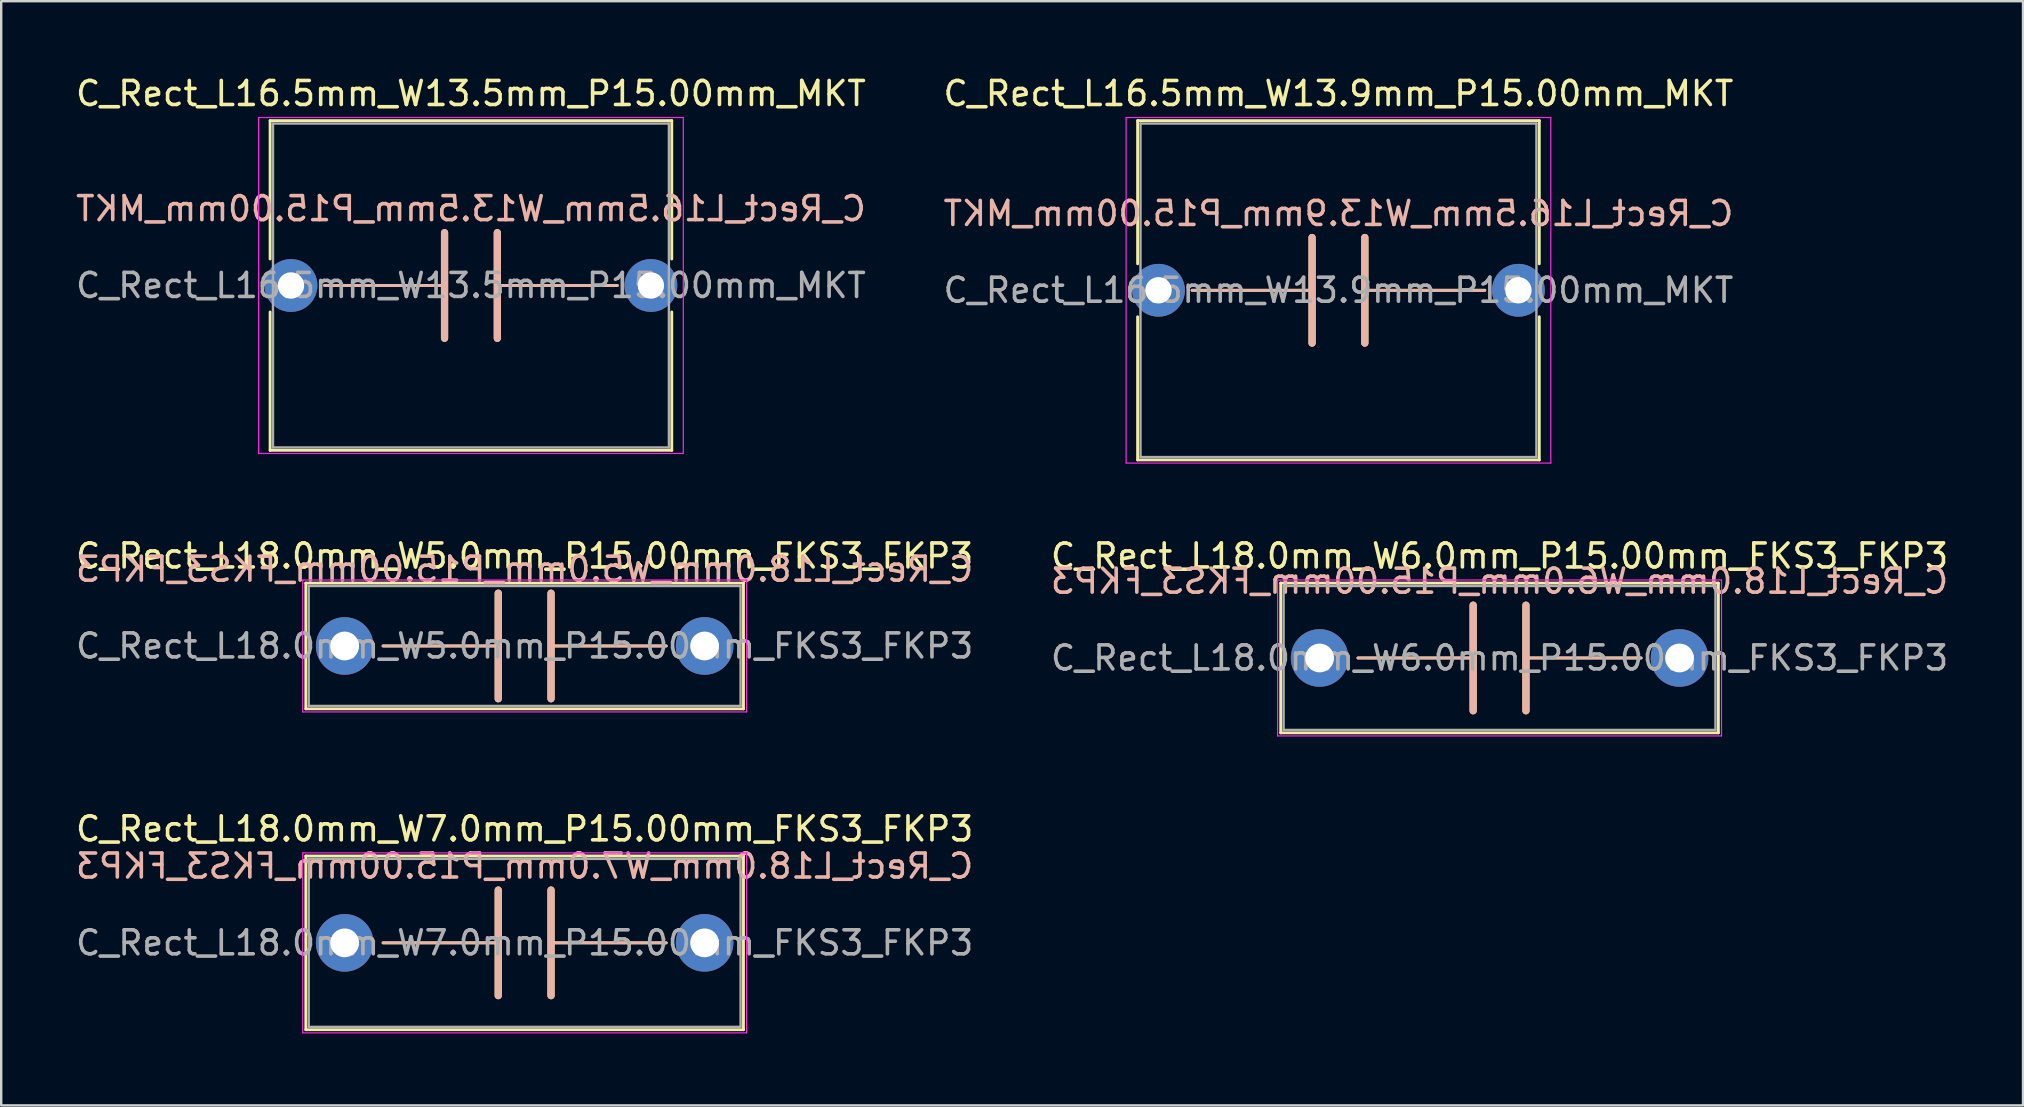
<source format=kicad_pcb>
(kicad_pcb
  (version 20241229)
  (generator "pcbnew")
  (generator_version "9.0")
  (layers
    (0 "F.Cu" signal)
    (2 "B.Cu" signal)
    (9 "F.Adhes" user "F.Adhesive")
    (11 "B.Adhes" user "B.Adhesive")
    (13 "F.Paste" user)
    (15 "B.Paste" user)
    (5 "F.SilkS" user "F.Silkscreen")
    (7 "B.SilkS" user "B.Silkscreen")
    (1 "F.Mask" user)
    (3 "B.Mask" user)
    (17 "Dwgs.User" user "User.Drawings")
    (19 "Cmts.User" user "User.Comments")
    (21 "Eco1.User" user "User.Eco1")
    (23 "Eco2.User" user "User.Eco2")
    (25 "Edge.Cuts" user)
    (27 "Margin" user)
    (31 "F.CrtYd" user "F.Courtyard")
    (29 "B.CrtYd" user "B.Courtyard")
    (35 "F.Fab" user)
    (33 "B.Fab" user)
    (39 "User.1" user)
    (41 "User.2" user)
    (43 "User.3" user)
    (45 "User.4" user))
  (footprint "C_Rect_L16.5mm_W13.5mm_P15.00mm_MKT"
    (layer "F.Cu")
    (at 9.077 8.848)
    (property "Reference" "C_Rect_L16.5mm_W13.5mm_P15.00mm_MKT" (at 7.5 -8 0) (layer "F.SilkS") (effects (font (size 1 1) (thickness 0.15))))
    (fp_line (start -0.87 -6.87) (end -0.87 -1.104) (stroke (width 0.12) (type solid)) (layer "F.SilkS"))
    (fp_line (start -0.87 -6.87) (end 15.87 -6.87) (stroke (width 0.12) (type solid)) (layer "F.SilkS"))
    (fp_line (start -0.87 1.104) (end -0.87 6.87) (stroke (width 0.12) (type solid)) (layer "F.SilkS"))
    (fp_line (start -0.87 6.87) (end 15.87 6.87) (stroke (width 0.12) (type solid)) (layer "F.SilkS"))
    (fp_line (start 1.4 0) (end 6.4 0) (stroke (width 0.12) (type solid)) (layer "F.SilkS"))
    (fp_line (start 6.4 -2.2) (end 6.4 2.2) (stroke (width 0.3) (type solid)) (layer "F.SilkS"))
    (fp_line (start 8.6 -2.2) (end 8.6 2.2) (stroke (width 0.3) (type solid)) (layer "F.SilkS"))
    (fp_line (start 8.6 0) (end 13.6 0) (stroke (width 0.12) (type solid)) (layer "F.SilkS"))
    (fp_line (start 15.87 -6.87) (end 15.87 -1.104) (stroke (width 0.12) (type solid)) (layer "F.SilkS"))
    (fp_line (start 15.87 1.104) (end 15.87 6.87) (stroke (width 0.12) (type solid)) (layer "F.SilkS"))
    (fp_line (start 1.4 0) (end 6.4 0) (stroke (width 0.12) (type solid)) (layer "B.SilkS"))
    (fp_line (start 6.4 2.2) (end 6.4 -2.2) (stroke (width 0.3) (type solid)) (layer "B.SilkS"))
    (fp_line (start 8.6 0) (end 13.6 0) (stroke (width 0.12) (type solid)) (layer "B.SilkS"))
    (fp_line (start 8.6 2.2) (end 8.6 -2.2) (stroke (width 0.3) (type solid)) (layer "B.SilkS"))
    (fp_line (start -1.35 -7) (end -1.35 7) (stroke (width 0.05) (type solid)) (layer "F.CrtYd"))
    (fp_line (start -1.35 7) (end 16.35 7) (stroke (width 0.05) (type solid)) (layer "F.CrtYd"))
    (fp_line (start 16.35 -7) (end -1.35 -7) (stroke (width 0.05) (type solid)) (layer "F.CrtYd"))
    (fp_line (start 16.35 7) (end 16.35 -7) (stroke (width 0.05) (type solid)) (layer "F.CrtYd"))
    (fp_line (start -0.75 -6.75) (end -0.75 6.75) (stroke (width 0.1) (type solid)) (layer "F.Fab"))
    (fp_line (start -0.75 6.75) (end 15.75 6.75) (stroke (width 0.1) (type solid)) (layer "F.Fab"))
    (fp_line (start 15.75 -6.75) (end -0.75 -6.75) (stroke (width 0.1) (type solid)) (layer "F.Fab"))
    (fp_line (start 15.75 6.75) (end 15.75 -6.75) (stroke (width 0.1) (type solid)) (layer "F.Fab"))
    (fp_text user "${REFERENCE}" (at 7.5 -3.2 0) (layer "B.SilkS") (effects (font (size 1 1) (thickness 0.15)) (justify mirror)))
    (fp_text user "${REFERENCE}" (at 7.5 0 0) (layer "F.Fab") (effects (font (size 1 1) (thickness 0.15))))
    (pad "1" thru_hole circle (at 0 0) (size 2.2 2.2) (drill 1.1) (layers "*.Cu" "*.Mask"))
    (pad "2" thru_hole circle (at 15 0) (size 2.2 2.2) (drill 1.1) (layers "*.Cu" "*.Mask")))
  (footprint "C_Rect_L18.0mm_W5.0mm_P15.00mm_FKS3_FKP3"
    (layer "F.Cu")
    (at 11.315 23.872)
    (property "Reference" "C_Rect_L18.0mm_W5.0mm_P15.00mm_FKS3_FKP3" (at 7.5 -3.75 0) (layer "F.SilkS") (effects (font (size 1 1) (thickness 0.15))))
    (fp_line (start -1.62 -2.62) (end -1.62 2.62) (stroke (width 0.12) (type solid)) (layer "F.SilkS"))
    (fp_line (start -1.62 -2.62) (end 16.62 -2.62) (stroke (width 0.12) (type solid)) (layer "F.SilkS"))
    (fp_line (start -1.62 2.62) (end 16.62 2.62) (stroke (width 0.12) (type solid)) (layer "F.SilkS"))
    (fp_line (start 1.6 0) (end 6.4 0) (stroke (width 0.12) (type solid)) (layer "F.SilkS"))
    (fp_line (start 6.4 -2.2) (end 6.4 2.2) (stroke (width 0.3) (type solid)) (layer "F.SilkS"))
    (fp_line (start 8.6 -2.2) (end 8.6 2.2) (stroke (width 0.3) (type solid)) (layer "F.SilkS"))
    (fp_line (start 8.6 0) (end 13.4 0) (stroke (width 0.12) (type solid)) (layer "F.SilkS"))
    (fp_line (start 16.62 -2.62) (end 16.62 2.62) (stroke (width 0.12) (type solid)) (layer "F.SilkS"))
    (fp_line (start 1.6 0) (end 6.4 0) (stroke (width 0.12) (type solid)) (layer "B.SilkS"))
    (fp_line (start 6.4 2.2) (end 6.4 -2.2) (stroke (width 0.3) (type solid)) (layer "B.SilkS"))
    (fp_line (start 8.6 0) (end 13.4 0) (stroke (width 0.12) (type solid)) (layer "B.SilkS"))
    (fp_line (start 8.6 2.2) (end 8.6 -2.2) (stroke (width 0.3) (type solid)) (layer "B.SilkS"))
    (fp_line (start -1.75 -2.75) (end -1.75 2.75) (stroke (width 0.05) (type solid)) (layer "F.CrtYd"))
    (fp_line (start -1.75 2.75) (end 16.75 2.75) (stroke (width 0.05) (type solid)) (layer "F.CrtYd"))
    (fp_line (start 16.75 -2.75) (end -1.75 -2.75) (stroke (width 0.05) (type solid)) (layer "F.CrtYd"))
    (fp_line (start 16.75 2.75) (end 16.75 -2.75) (stroke (width 0.05) (type solid)) (layer "F.CrtYd"))
    (fp_line (start -1.5 -2.5) (end -1.5 2.5) (stroke (width 0.1) (type solid)) (layer "F.Fab"))
    (fp_line (start -1.5 2.5) (end 16.5 2.5) (stroke (width 0.1) (type solid)) (layer "F.Fab"))
    (fp_line (start 16.5 -2.5) (end -1.5 -2.5) (stroke (width 0.1) (type solid)) (layer "F.Fab"))
    (fp_line (start 16.5 2.5) (end 16.5 -2.5) (stroke (width 0.1) (type solid)) (layer "F.Fab"))
    (fp_text user "${REFERENCE}" (at 7.5 -3.2 0) (layer "B.SilkS") (effects (font (size 1 1) (thickness 0.15)) (justify mirror)))
    (fp_text user "${REFERENCE}" (at 7.5 0 0) (layer "F.Fab") (effects (font (size 1 1) (thickness 0.15))))
    (pad "1" thru_hole circle (at 0 0) (size 2.4 2.4) (drill 1.2) (layers "*.Cu" "*.Mask"))
    (pad "2" thru_hole circle (at 15 0) (size 2.4 2.4) (drill 1.2) (layers "*.Cu" "*.Mask")))
  (footprint "C_Rect_L18.0mm_W6.0mm_P15.00mm_FKS3_FKP3"
    (layer "F.Cu")
    (at 51.946 24.372)
    (property "Reference" "C_Rect_L18.0mm_W6.0mm_P15.00mm_FKS3_FKP3" (at 7.5 -4.25 0) (layer "F.SilkS") (effects (font (size 1 1) (thickness 0.15))))
    (fp_line (start -1.62 -3.12) (end -1.62 3.12) (stroke (width 0.12) (type solid)) (layer "F.SilkS"))
    (fp_line (start -1.62 -3.12) (end 16.62 -3.12) (stroke (width 0.12) (type solid)) (layer "F.SilkS"))
    (fp_line (start -1.62 3.12) (end 16.62 3.12) (stroke (width 0.12) (type solid)) (layer "F.SilkS"))
    (fp_line (start 1.6 0) (end 6.4 0) (stroke (width 0.12) (type solid)) (layer "F.SilkS"))
    (fp_line (start 6.4 -2.2) (end 6.4 2.2) (stroke (width 0.3) (type solid)) (layer "F.SilkS"))
    (fp_line (start 8.6 -2.2) (end 8.6 2.2) (stroke (width 0.3) (type solid)) (layer "F.SilkS"))
    (fp_line (start 8.6 0) (end 13.4 0) (stroke (width 0.12) (type solid)) (layer "F.SilkS"))
    (fp_line (start 16.62 -3.12) (end 16.62 3.12) (stroke (width 0.12) (type solid)) (layer "F.SilkS"))
    (fp_line (start 1.6 0) (end 6.4 0) (stroke (width 0.12) (type solid)) (layer "B.SilkS"))
    (fp_line (start 6.4 2.2) (end 6.4 -2.2) (stroke (width 0.3) (type solid)) (layer "B.SilkS"))
    (fp_line (start 8.6 0) (end 13.4 0) (stroke (width 0.12) (type solid)) (layer "B.SilkS"))
    (fp_line (start 8.6 2.2) (end 8.6 -2.2) (stroke (width 0.3) (type solid)) (layer "B.SilkS"))
    (fp_line (start -1.75 -3.25) (end -1.75 3.25) (stroke (width 0.05) (type solid)) (layer "F.CrtYd"))
    (fp_line (start -1.75 3.25) (end 16.75 3.25) (stroke (width 0.05) (type solid)) (layer "F.CrtYd"))
    (fp_line (start 16.75 -3.25) (end -1.75 -3.25) (stroke (width 0.05) (type solid)) (layer "F.CrtYd"))
    (fp_line (start 16.75 3.25) (end 16.75 -3.25) (stroke (width 0.05) (type solid)) (layer "F.CrtYd"))
    (fp_line (start -1.5 -3) (end -1.5 3) (stroke (width 0.1) (type solid)) (layer "F.Fab"))
    (fp_line (start -1.5 3) (end 16.5 3) (stroke (width 0.1) (type solid)) (layer "F.Fab"))
    (fp_line (start 16.5 -3) (end -1.5 -3) (stroke (width 0.1) (type solid)) (layer "F.Fab"))
    (fp_line (start 16.5 3) (end 16.5 -3) (stroke (width 0.1) (type solid)) (layer "F.Fab"))
    (fp_text user "${REFERENCE}" (at 7.5 -3.2 0) (layer "B.SilkS") (effects (font (size 1 1) (thickness 0.15)) (justify mirror)))
    (fp_text user "${REFERENCE}" (at 7.5 0 0) (layer "F.Fab") (effects (font (size 1 1) (thickness 0.15))))
    (pad "1" thru_hole circle (at 0 0) (size 2.4 2.4) (drill 1.2) (layers "*.Cu" "*.Mask"))
    (pad "2" thru_hole circle (at 15 0) (size 2.4 2.4) (drill 1.2) (layers "*.Cu" "*.Mask")))
  (footprint "C_Rect_L18.0mm_W7.0mm_P15.00mm_FKS3_FKP3"
    (layer "F.Cu")
    (at 11.315 36.245)
    (property "Reference" "C_Rect_L18.0mm_W7.0mm_P15.00mm_FKS3_FKP3" (at 7.5 -4.75 0) (layer "F.SilkS") (effects (font (size 1 1) (thickness 0.15))))
    (fp_line (start -1.62 -3.62) (end -1.62 3.62) (stroke (width 0.12) (type solid)) (layer "F.SilkS"))
    (fp_line (start -1.62 -3.62) (end 16.62 -3.62) (stroke (width 0.12) (type solid)) (layer "F.SilkS"))
    (fp_line (start -1.62 3.62) (end 16.62 3.62) (stroke (width 0.12) (type solid)) (layer "F.SilkS"))
    (fp_line (start 1.6 0) (end 6.4 0) (stroke (width 0.12) (type solid)) (layer "F.SilkS"))
    (fp_line (start 6.4 -2.2) (end 6.4 2.2) (stroke (width 0.3) (type solid)) (layer "F.SilkS"))
    (fp_line (start 8.6 -2.2) (end 8.6 2.2) (stroke (width 0.3) (type solid)) (layer "F.SilkS"))
    (fp_line (start 8.6 0) (end 13.4 0) (stroke (width 0.12) (type solid)) (layer "F.SilkS"))
    (fp_line (start 16.62 -3.62) (end 16.62 3.62) (stroke (width 0.12) (type solid)) (layer "F.SilkS"))
    (fp_line (start 1.6 0) (end 6.4 0) (stroke (width 0.12) (type solid)) (layer "B.SilkS"))
    (fp_line (start 6.4 2.2) (end 6.4 -2.2) (stroke (width 0.3) (type solid)) (layer "B.SilkS"))
    (fp_line (start 8.6 0) (end 13.4 0) (stroke (width 0.12) (type solid)) (layer "B.SilkS"))
    (fp_line (start 8.6 2.2) (end 8.6 -2.2) (stroke (width 0.3) (type solid)) (layer "B.SilkS"))
    (fp_line (start -1.75 -3.75) (end -1.75 3.75) (stroke (width 0.05) (type solid)) (layer "F.CrtYd"))
    (fp_line (start -1.75 3.75) (end 16.75 3.75) (stroke (width 0.05) (type solid)) (layer "F.CrtYd"))
    (fp_line (start 16.75 -3.75) (end -1.75 -3.75) (stroke (width 0.05) (type solid)) (layer "F.CrtYd"))
    (fp_line (start 16.75 3.75) (end 16.75 -3.75) (stroke (width 0.05) (type solid)) (layer "F.CrtYd"))
    (fp_line (start -1.5 -3.5) (end -1.5 3.5) (stroke (width 0.1) (type solid)) (layer "F.Fab"))
    (fp_line (start -1.5 3.5) (end 16.5 3.5) (stroke (width 0.1) (type solid)) (layer "F.Fab"))
    (fp_line (start 16.5 -3.5) (end -1.5 -3.5) (stroke (width 0.1) (type solid)) (layer "F.Fab"))
    (fp_line (start 16.5 3.5) (end 16.5 -3.5) (stroke (width 0.1) (type solid)) (layer "F.Fab"))
    (fp_text user "${REFERENCE}" (at 7.5 -3.2 0) (layer "B.SilkS") (effects (font (size 1 1) (thickness 0.15)) (justify mirror)))
    (fp_text user "${REFERENCE}" (at 7.5 0 0) (layer "F.Fab") (effects (font (size 1 1) (thickness 0.15))))
    (pad "1" thru_hole circle (at 0 0) (size 2.4 2.4) (drill 1.2) (layers "*.Cu" "*.Mask"))
    (pad "2" thru_hole circle (at 15 0) (size 2.4 2.4) (drill 1.2) (layers "*.Cu" "*.Mask")))
  (footprint "C_Rect_L16.5mm_W13.9mm_P15.00mm_MKT"
    (layer "F.Cu")
    (at 45.232 9.048)
    (property "Reference" "C_Rect_L16.5mm_W13.9mm_P15.00mm_MKT" (at 7.5 -8.2 0) (layer "F.SilkS") (effects (font (size 1 1) (thickness 0.15))))
    (fp_line (start -0.87 -7.07) (end -0.87 -1.104) (stroke (width 0.12) (type solid)) (layer "F.SilkS"))
    (fp_line (start -0.87 -7.07) (end 15.87 -7.07) (stroke (width 0.12) (type solid)) (layer "F.SilkS"))
    (fp_line (start -0.87 1.104) (end -0.87 7.07) (stroke (width 0.12) (type solid)) (layer "F.SilkS"))
    (fp_line (start -0.87 7.07) (end 15.87 7.07) (stroke (width 0.12) (type solid)) (layer "F.SilkS"))
    (fp_line (start 1.4 0) (end 6.4 0) (stroke (width 0.12) (type solid)) (layer "F.SilkS"))
    (fp_line (start 6.4 -2.2) (end 6.4 2.2) (stroke (width 0.3) (type solid)) (layer "F.SilkS"))
    (fp_line (start 8.6 -2.2) (end 8.6 2.2) (stroke (width 0.3) (type solid)) (layer "F.SilkS"))
    (fp_line (start 8.6 0) (end 13.6 0) (stroke (width 0.12) (type solid)) (layer "F.SilkS"))
    (fp_line (start 15.87 -7.07) (end 15.87 -1.104) (stroke (width 0.12) (type solid)) (layer "F.SilkS"))
    (fp_line (start 15.87 1.104) (end 15.87 7.07) (stroke (width 0.12) (type solid)) (layer "F.SilkS"))
    (fp_line (start 1.4 0) (end 6.4 0) (stroke (width 0.12) (type solid)) (layer "B.SilkS"))
    (fp_line (start 6.4 2.2) (end 6.4 -2.2) (stroke (width 0.3) (type solid)) (layer "B.SilkS"))
    (fp_line (start 8.6 0) (end 13.6 0) (stroke (width 0.12) (type solid)) (layer "B.SilkS"))
    (fp_line (start 8.6 2.2) (end 8.6 -2.2) (stroke (width 0.3) (type solid)) (layer "B.SilkS"))
    (fp_line (start -1.35 -7.2) (end -1.35 7.2) (stroke (width 0.05) (type solid)) (layer "F.CrtYd"))
    (fp_line (start -1.35 7.2) (end 16.35 7.2) (stroke (width 0.05) (type solid)) (layer "F.CrtYd"))
    (fp_line (start 16.35 -7.2) (end -1.35 -7.2) (stroke (width 0.05) (type solid)) (layer "F.CrtYd"))
    (fp_line (start 16.35 7.2) (end 16.35 -7.2) (stroke (width 0.05) (type solid)) (layer "F.CrtYd"))
    (fp_line (start -0.75 -6.95) (end -0.75 6.95) (stroke (width 0.1) (type solid)) (layer "F.Fab"))
    (fp_line (start -0.75 6.95) (end 15.75 6.95) (stroke (width 0.1) (type solid)) (layer "F.Fab"))
    (fp_line (start 15.75 -6.95) (end -0.75 -6.95) (stroke (width 0.1) (type solid)) (layer "F.Fab"))
    (fp_line (start 15.75 6.95) (end 15.75 -6.95) (stroke (width 0.1) (type solid)) (layer "F.Fab"))
    (fp_text user "${REFERENCE}" (at 7.5 -3.2 0) (layer "B.SilkS") (effects (font (size 1 1) (thickness 0.15)) (justify mirror)))
    (fp_text user "${REFERENCE}" (at 7.5 0 0) (layer "F.Fab") (effects (font (size 1 1) (thickness 0.15))))
    (pad "1" thru_hole circle (at 0 0) (size 2.2 2.2) (drill 1.1) (layers "*.Cu" "*.Mask"))
    (pad "2" thru_hole circle (at 15 0) (size 2.2 2.2) (drill 1.1) (layers "*.Cu" "*.Mask")))
  (gr_rect
    (start -3 -3)
    (end 81.262 43.02)
    (stroke (width 0.1) (type default))
    (fill no)
    (layer "Edge.Cuts")))
</source>
